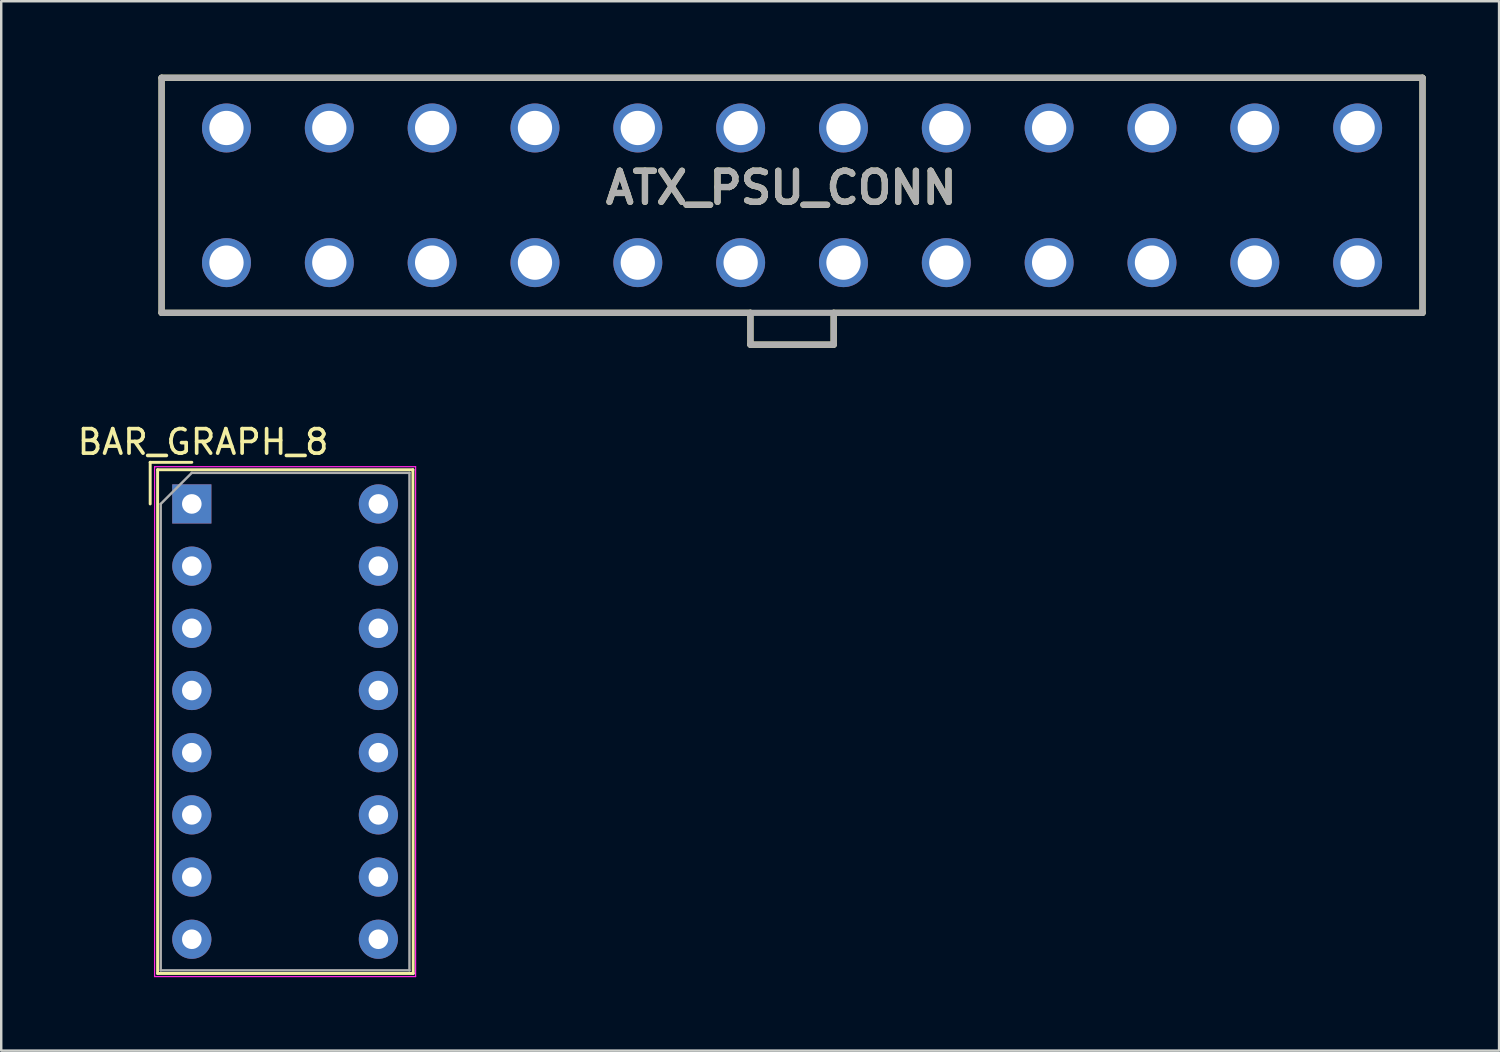
<source format=kicad_pcb>
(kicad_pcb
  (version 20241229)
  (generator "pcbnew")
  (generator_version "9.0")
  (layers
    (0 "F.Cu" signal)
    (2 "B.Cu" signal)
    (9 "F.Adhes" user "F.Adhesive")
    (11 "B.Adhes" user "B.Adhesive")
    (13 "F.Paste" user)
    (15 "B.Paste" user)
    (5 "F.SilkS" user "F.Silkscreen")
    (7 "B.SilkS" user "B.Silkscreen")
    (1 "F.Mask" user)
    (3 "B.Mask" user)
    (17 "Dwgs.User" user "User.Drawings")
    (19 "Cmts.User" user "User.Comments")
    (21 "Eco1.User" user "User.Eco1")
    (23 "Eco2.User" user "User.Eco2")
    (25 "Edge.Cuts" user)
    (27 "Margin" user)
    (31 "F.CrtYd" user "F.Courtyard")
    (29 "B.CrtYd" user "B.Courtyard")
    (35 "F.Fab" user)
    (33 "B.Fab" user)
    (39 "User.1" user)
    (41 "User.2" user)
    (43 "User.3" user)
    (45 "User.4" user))
  (footprint "ATX_PSU_CONN"
    (layer "F.Cu")
    (at 29.3 9.727)
    (property "Reference" "ATX_PSU_CONN" (at -0.444 -5.108 0) (layer "F.SilkS") (effects (font (size 1.27 1.27) (thickness 0.254))))
    (attr through_hole)
    (fp_line (start -25.75 -9.6) (end 25.75 -9.6) (stroke (width 0.254) (type solid)) (layer "F.SilkS"))
    (fp_line (start -25.75 0) (end -25.75 -9.6) (stroke (width 0.254) (type solid)) (layer "F.SilkS"))
    (fp_line (start -1.7 0) (end -25.75 0) (stroke (width 0.254) (type solid)) (layer "F.SilkS"))
    (fp_line (start -1.7 1.3) (end -1.7 0) (stroke (width 0.254) (type solid)) (layer "F.SilkS"))
    (fp_line (start 1.7 0) (end 1.7 1.3) (stroke (width 0.254) (type solid)) (layer "F.SilkS"))
    (fp_line (start 1.7 1.3) (end -1.7 1.3) (stroke (width 0.254) (type solid)) (layer "F.SilkS"))
    (fp_line (start 25.75 -9.6) (end 25.75 0) (stroke (width 0.254) (type solid)) (layer "F.SilkS"))
    (fp_line (start 25.75 0) (end 1.7 0) (stroke (width 0.254) (type solid)) (layer "F.SilkS"))
    (fp_line (start -25.75 -9.6) (end 25.75 -9.6) (stroke (width 0.254) (type solid)) (layer "F.Fab"))
    (fp_line (start -25.75 0) (end -25.75 -9.6) (stroke (width 0.254) (type solid)) (layer "F.Fab"))
    (fp_line (start -1.7 0) (end -1.7 1.3) (stroke (width 0.254) (type solid)) (layer "F.Fab"))
    (fp_line (start -1.7 1.3) (end 1.7 1.3) (stroke (width 0.254) (type solid)) (layer "F.Fab"))
    (fp_line (start 1.7 1.3) (end 1.7 0) (stroke (width 0.254) (type solid)) (layer "F.Fab"))
    (fp_line (start 25.75 -9.6) (end 25.75 0) (stroke (width 0.254) (type solid)) (layer "F.Fab"))
    (fp_line (start 25.75 0) (end -25.75 0) (stroke (width 0.254) (type solid)) (layer "F.Fab"))
    (fp_text user "${REFERENCE}" (at -0.444 -5.108 0) (layer "F.Fab") (effects (font (size 1.27 1.27) (thickness 0.254))))
    (pad "" np_thru_hole circle (at -27.8 -2.51) (size 0.001 0.001) (drill 3) (layers "*.Cu" "*.Mask"))
    (pad "1" thru_hole circle (at -23.1 -7.55) (size 2 2) (drill 1.4) (layers "*.Cu" "*.Mask"))
    (pad "2" thru_hole circle (at -18.9 -7.55) (size 2 2) (drill 1.4) (layers "*.Cu" "*.Mask"))
    (pad "3" thru_hole circle (at -14.7 -7.55) (size 2 2) (drill 1.4) (layers "*.Cu" "*.Mask"))
    (pad "4" thru_hole circle (at -10.5 -7.55) (size 2 2) (drill 1.4) (layers "*.Cu" "*.Mask"))
    (pad "5" thru_hole circle (at -6.3 -7.55) (size 2 2) (drill 1.4) (layers "*.Cu" "*.Mask"))
    (pad "6" thru_hole circle (at -2.1 -7.55) (size 2 2) (drill 1.4) (layers "*.Cu" "*.Mask"))
    (pad "7" thru_hole circle (at 2.1 -7.55) (size 2 2) (drill 1.4) (layers "*.Cu" "*.Mask"))
    (pad "8" thru_hole circle (at 6.3 -7.55) (size 2 2) (drill 1.4) (layers "*.Cu" "*.Mask"))
    (pad "9" thru_hole circle (at 10.5 -7.55) (size 2 2) (drill 1.4) (layers "*.Cu" "*.Mask"))
    (pad "10" thru_hole circle (at 14.7 -7.55) (size 2 2) (drill 1.4) (layers "*.Cu" "*.Mask"))
    (pad "11" thru_hole circle (at 18.9 -7.55) (size 2 2) (drill 1.4) (layers "*.Cu" "*.Mask"))
    (pad "12" thru_hole circle (at 23.1 -7.55) (size 2 2) (drill 1.4) (layers "*.Cu" "*.Mask"))
    (pad "13" thru_hole circle (at -23.1 -2.05) (size 2 2) (drill 1.4) (layers "*.Cu" "*.Mask"))
    (pad "14" thru_hole circle (at -18.9 -2.05) (size 2 2) (drill 1.4) (layers "*.Cu" "*.Mask"))
    (pad "15" thru_hole circle (at -14.7 -2.05) (size 2 2) (drill 1.4) (layers "*.Cu" "*.Mask"))
    (pad "16" thru_hole circle (at -10.5 -2.05) (size 2 2) (drill 1.4) (layers "*.Cu" "*.Mask"))
    (pad "17" thru_hole circle (at -6.3 -2.05) (size 2 2) (drill 1.4) (layers "*.Cu" "*.Mask"))
    (pad "18" thru_hole circle (at -2.1 -2.05) (size 2 2) (drill 1.4) (layers "*.Cu" "*.Mask"))
    (pad "19" thru_hole circle (at 2.1 -2.05) (size 2 2) (drill 1.4) (layers "*.Cu" "*.Mask"))
    (pad "20" thru_hole circle (at 6.3 -2.05) (size 2 2) (drill 1.4) (layers "*.Cu" "*.Mask"))
    (pad "21" thru_hole circle (at 10.5 -2.05) (size 2 2) (drill 1.4) (layers "*.Cu" "*.Mask"))
    (pad "22" thru_hole circle (at 14.7 -2.05) (size 2 2) (drill 1.4) (layers "*.Cu" "*.Mask"))
    (pad "23" thru_hole circle (at 18.9 -2.05) (size 2 2) (drill 1.4) (layers "*.Cu" "*.Mask"))
    (pad "24" thru_hole circle (at 23.1 -2.05) (size 2 2) (drill 1.4) (layers "*.Cu" "*.Mask")))
  (footprint "BAR_GRAPH_8"
    (layer "F.Cu")
    (at 4.784 17.532)
    (property "Reference" "BAR_GRAPH_8" (at 0.46 -2.53 0) (layer "F.SilkS") (effects (font (size 1 1) (thickness 0.15))))
    (attr through_hole)
    (fp_line (start -1.7 -1.7) (end -1.7 0) (stroke (width 0.12) (type solid)) (layer "F.SilkS"))
    (fp_line (start -1.397 -1.397) (end 9.03 -1.397) (stroke (width 0.12) (type solid)) (layer "F.SilkS"))
    (fp_line (start -1.397 19.177) (end -1.397 -1.397) (stroke (width 0.12) (type solid)) (layer "F.SilkS"))
    (fp_line (start 0 -1.7) (end -1.7 -1.7) (stroke (width 0.12) (type solid)) (layer "F.SilkS"))
    (fp_line (start 9.03 -1.397) (end 9.043 19.177) (stroke (width 0.12) (type solid)) (layer "F.SilkS"))
    (fp_line (start 9.043 19.177) (end -1.397 19.177) (stroke (width 0.12) (type solid)) (layer "F.SilkS"))
    (fp_line (start -1.52 -1.52) (end -1.52 19.304) (stroke (width 0.05) (type solid)) (layer "F.CrtYd"))
    (fp_line (start -1.52 -1.52) (end 9.14 -1.52) (stroke (width 0.05) (type solid)) (layer "F.CrtYd"))
    (fp_line (start -1.52 19.304) (end 9.14 19.304) (stroke (width 0.05) (type solid)) (layer "F.CrtYd"))
    (fp_line (start 9.14 19.304) (end 9.14 -1.52) (stroke (width 0.05) (type solid)) (layer "F.CrtYd"))
    (fp_line (start -1.27 0) (end -1.27 19.05) (stroke (width 0.1) (type solid)) (layer "F.Fab"))
    (fp_line (start -1.27 19.05) (end 8.89 19.05) (stroke (width 0.1) (type solid)) (layer "F.Fab"))
    (fp_line (start 0 -1.27) (end -1.27 0) (stroke (width 0.1) (type solid)) (layer "F.Fab"))
    (fp_line (start 0 -1.27) (end 8.89 -1.27) (stroke (width 0.1) (type solid)) (layer "F.Fab"))
    (fp_line (start 8.89 -1.27) (end 8.89 19.05) (stroke (width 0.1) (type solid)) (layer "F.Fab"))
    (pad "1" thru_hole rect (at 0 0 270) (size 1.6 1.6) (drill 0.8) (layers "*.Cu" "*.Mask"))
    (pad "2" thru_hole circle (at 0 2.54 270) (size 1.6 1.6) (drill 0.8) (layers "*.Cu" "*.Mask"))
    (pad "3" thru_hole circle (at 0 5.08 270) (size 1.6 1.6) (drill 0.8) (layers "*.Cu" "*.Mask"))
    (pad "4" thru_hole circle (at 0 7.62 270) (size 1.6 1.6) (drill 0.8) (layers "*.Cu" "*.Mask"))
    (pad "5" thru_hole circle (at 0 10.16 270) (size 1.6 1.6) (drill 0.8) (layers "*.Cu" "*.Mask"))
    (pad "6" thru_hole circle (at 0 12.7 270) (size 1.6 1.6) (drill 0.8) (layers "*.Cu" "*.Mask"))
    (pad "7" thru_hole circle (at 0 15.24 270) (size 1.6 1.6) (drill 0.8) (layers "*.Cu" "*.Mask"))
    (pad "8" thru_hole circle (at 0 17.78 270) (size 1.6 1.6) (drill 0.8) (layers "*.Cu" "*.Mask"))
    (pad "9" thru_hole circle (at 7.62 17.78 270) (size 1.6 1.6) (drill 0.8) (layers "*.Cu" "*.Mask"))
    (pad "10" thru_hole circle (at 7.62 15.24 270) (size 1.6 1.6) (drill 0.8) (layers "*.Cu" "*.Mask"))
    (pad "11" thru_hole circle (at 7.62 12.7 270) (size 1.6 1.6) (drill 0.8) (layers "*.Cu" "*.Mask"))
    (pad "12" thru_hole circle (at 7.62 10.16 270) (size 1.6 1.6) (drill 0.8) (layers "*.Cu" "*.Mask"))
    (pad "13" thru_hole circle (at 7.62 7.62 270) (size 1.6 1.6) (drill 0.8) (layers "*.Cu" "*.Mask"))
    (pad "14" thru_hole circle (at 7.62 5.08 270) (size 1.6 1.6) (drill 0.8) (layers "*.Cu" "*.Mask"))
    (pad "15" thru_hole circle (at 7.62 2.54 270) (size 1.6 1.6) (drill 0.8) (layers "*.Cu" "*.Mask"))
    (pad "16" thru_hole circle (at 7.62 0 270) (size 1.6 1.6) (drill 0.8) (layers "*.Cu" "*.Mask")))
  (gr_rect
    (start -3 -3)
    (end 58.177 39.861)
    (stroke (width 0.1) (type default))
    (fill no)
    (layer "Edge.Cuts")))
</source>
